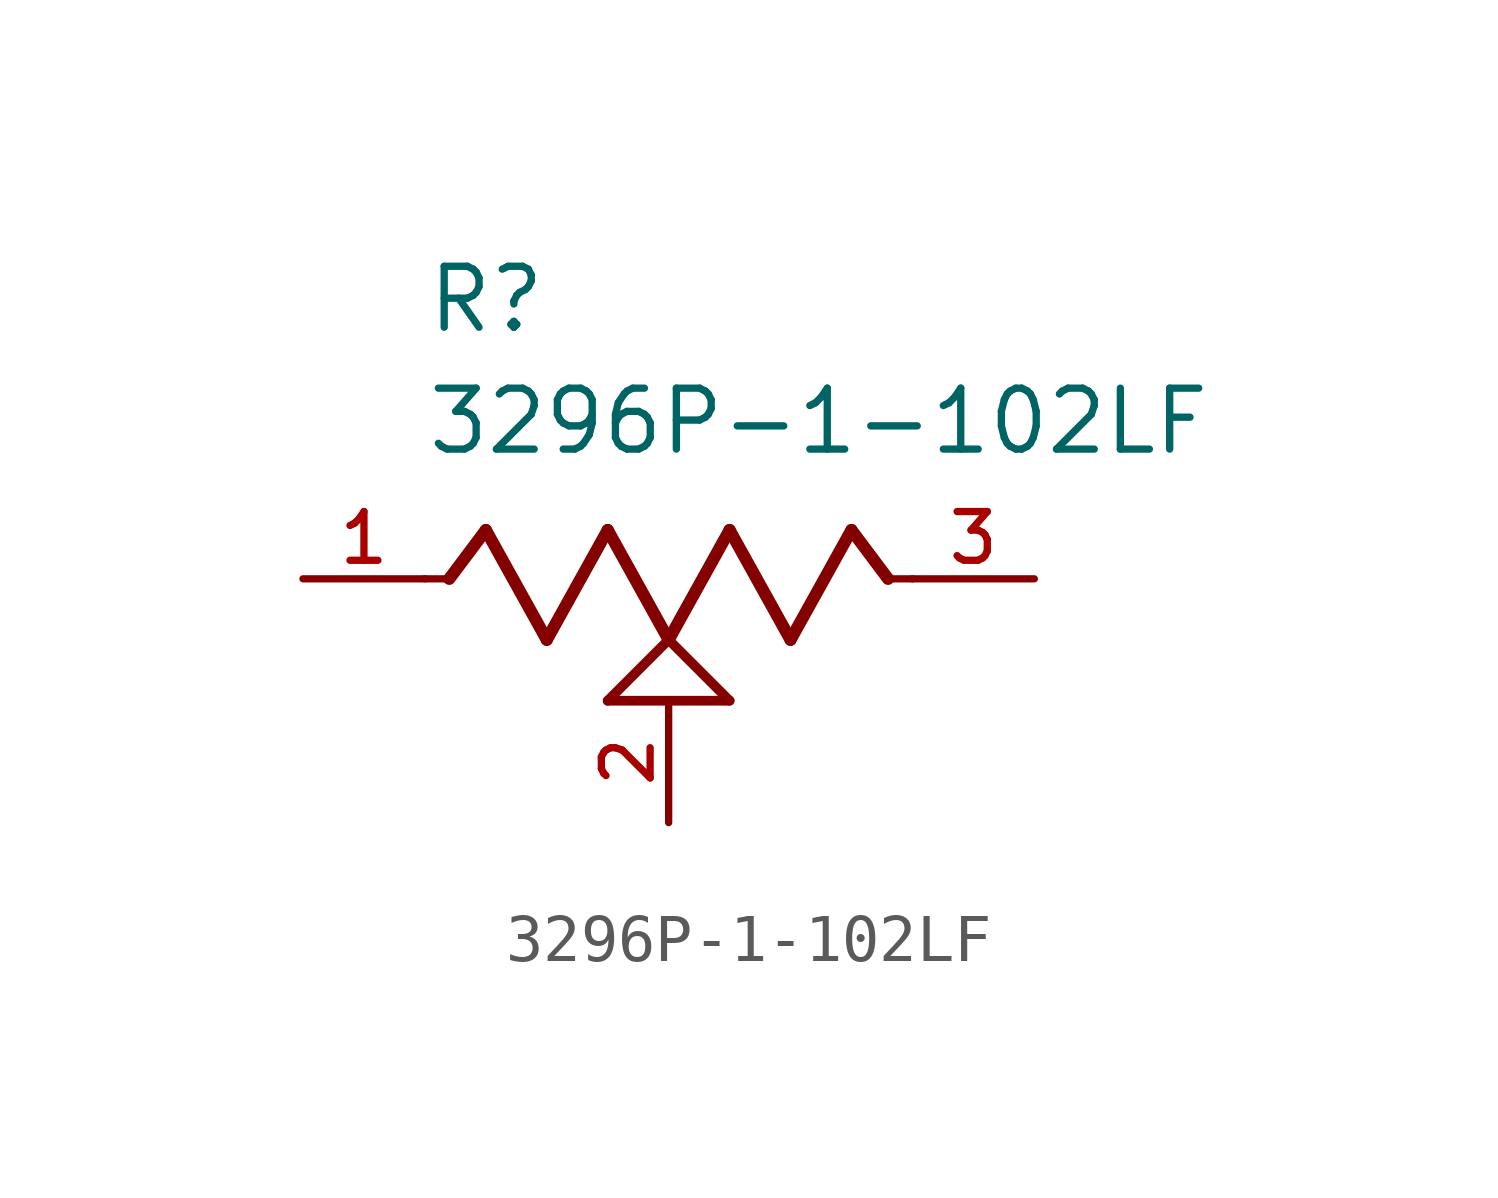
<source format=kicad_sym>
(kicad_symbol_lib
  (version 20211014)
  (generator kicad_symbol_editor)
  (symbol "3296P-1-102LF"
    (pin_names
      (offset 1.016))
    (property "Reference" "R"
      (at -5.08 5.08 0)
      (effects (font (size 1.27 1.27)) (justify bottom left)))
    (property "Value" "3296P-1-102LF"
      (at -5.08 2.54 0)
      (effects (font (size 1.27 1.27)) (justify bottom left)))
    (symbol "3296P-1-102LF_0_0"
      (polyline (pts (xy -5.08 0.0) (xy -4.572 0.0)) (stroke (width 0.152)))
      (polyline (pts (xy -4.572 0.0) (xy -3.81 1.016)) (stroke (width 0.254)))
      (polyline (pts (xy -3.81 1.016) (xy -2.54 -1.27)) (stroke (width 0.254)))
      (polyline (pts (xy -2.54 -1.27) (xy -1.27 1.016)) (stroke (width 0.254)))
      (polyline (pts (xy -1.27 1.016) (xy 0.0 -1.27)) (stroke (width 0.254)))
      (polyline (pts (xy 0.0 -1.27) (xy 1.27 1.016)) (stroke (width 0.254)))
      (polyline (pts (xy 1.27 1.016) (xy 2.54 -1.27)) (stroke (width 0.254)))
      (polyline (pts (xy 2.54 -1.27) (xy 3.81 1.016)) (stroke (width 0.254)))
      (polyline (pts (xy 3.81 1.016) (xy 4.572 0.0)) (stroke (width 0.254)))
      (polyline (pts (xy 4.572 0.0) (xy 5.08 0.0)) (stroke (width 0.152)))
      (polyline (pts (xy 0.0 -1.27) (xy 1.27 -2.54)) (stroke (width 0.203)))
      (polyline (pts (xy -1.27 -2.54) (xy 0.0 -1.27)) (stroke (width 0.203)))
      (polyline (pts (xy 1.27 -2.54) (xy -1.27 -2.54)) (stroke (width 0.203)))
      (pin passive line (at -7.62 0.0 0) (length 2.54) (name "~" (effects (font (size 1.016 1.016)))) (number "1" (effects (font (size 1.016 1.016)))))
      (pin passive line (at 7.62 0.0 180.0) (length 2.54) (name "~" (effects (font (size 1.016 1.016)))) (number "3" (effects (font (size 1.016 1.016)))))
      (pin passive line (at 0.0 -5.08 90.0) (length 2.54) (name "~" (effects (font (size 1.016 1.016)))) (number "2" (effects (font (size 1.016 1.016))))))))
</source>
